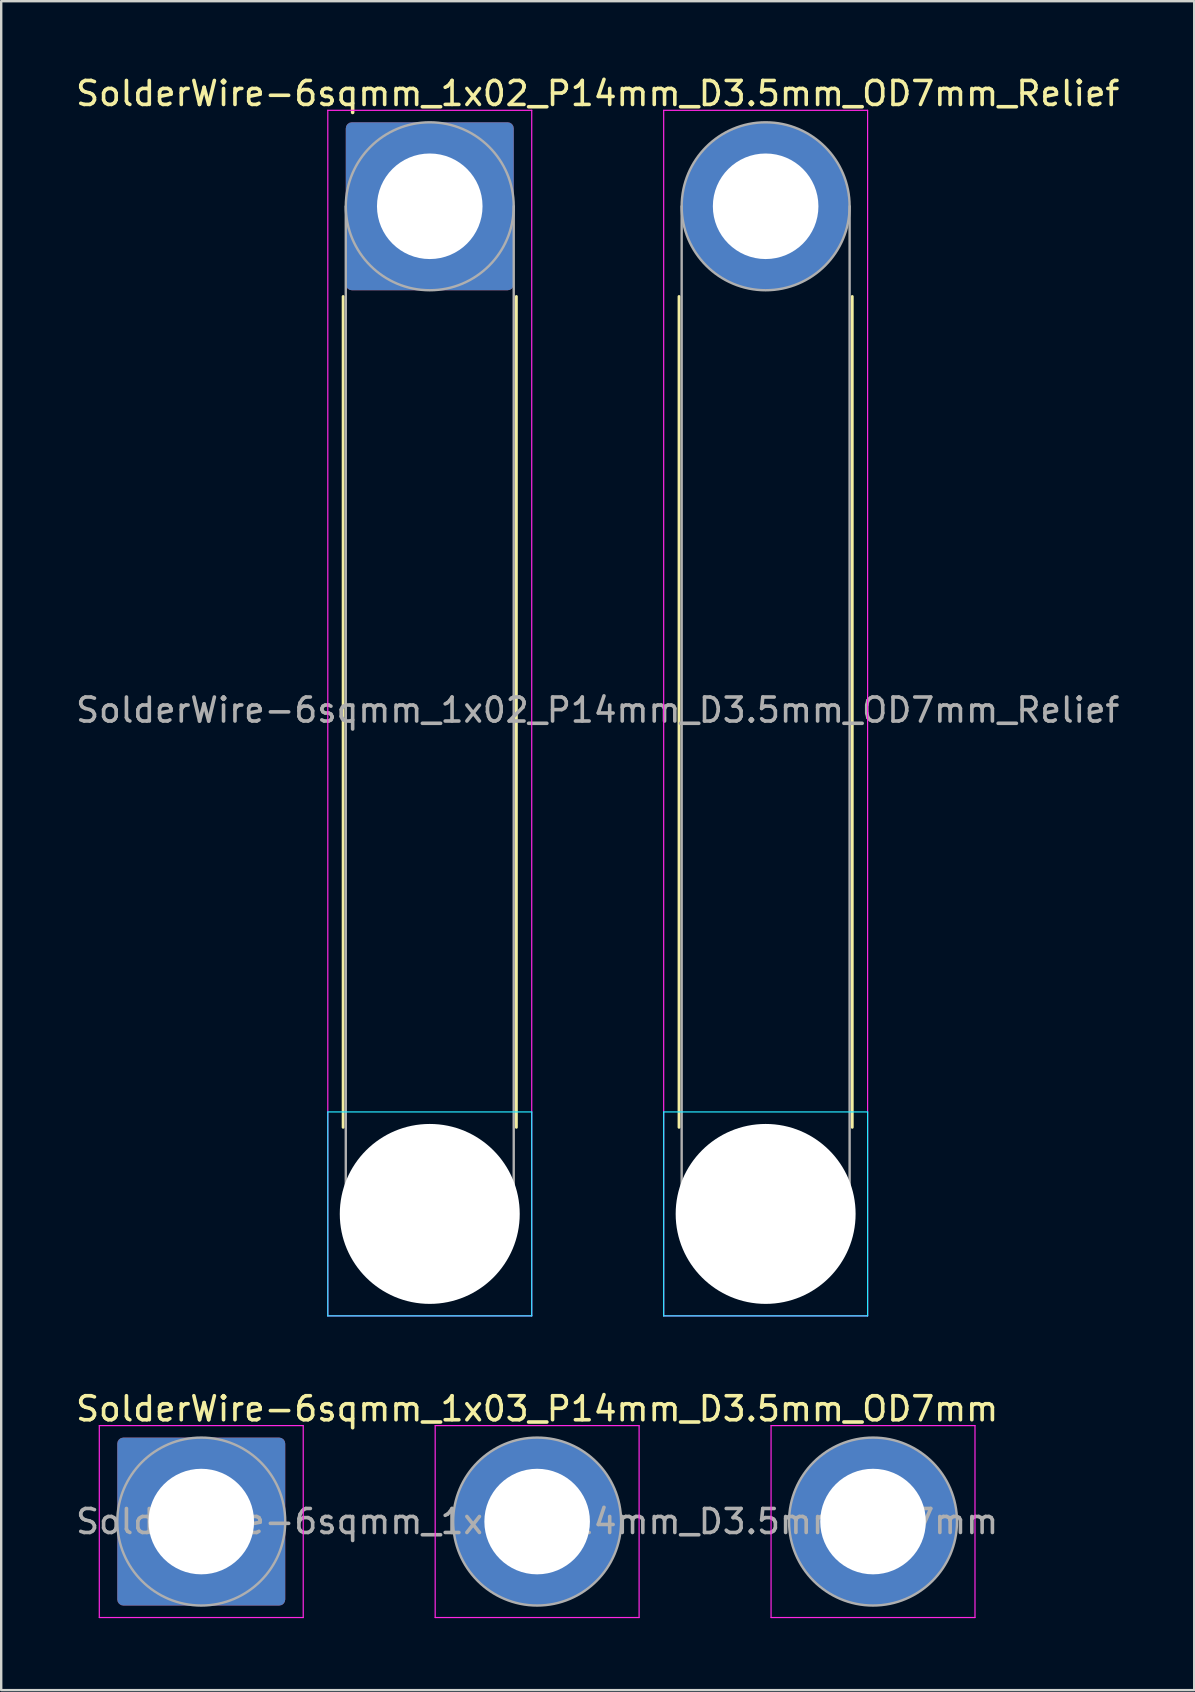
<source format=kicad_pcb>
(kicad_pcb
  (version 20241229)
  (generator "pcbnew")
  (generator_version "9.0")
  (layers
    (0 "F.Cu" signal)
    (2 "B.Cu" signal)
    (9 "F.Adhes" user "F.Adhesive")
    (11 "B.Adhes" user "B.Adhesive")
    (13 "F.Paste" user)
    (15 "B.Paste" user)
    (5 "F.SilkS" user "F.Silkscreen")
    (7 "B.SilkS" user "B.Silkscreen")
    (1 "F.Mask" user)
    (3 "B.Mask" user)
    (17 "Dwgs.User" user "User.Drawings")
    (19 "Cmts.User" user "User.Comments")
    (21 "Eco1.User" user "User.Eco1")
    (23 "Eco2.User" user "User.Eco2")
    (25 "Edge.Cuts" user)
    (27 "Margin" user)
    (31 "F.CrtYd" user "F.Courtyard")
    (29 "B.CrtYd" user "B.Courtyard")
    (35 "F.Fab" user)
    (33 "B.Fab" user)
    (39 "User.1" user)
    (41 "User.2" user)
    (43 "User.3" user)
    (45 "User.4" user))
  (footprint "SolderWire-6sqmm_1x02_P14mm_D3.5mm_OD7mm_Relief"
    (layer "F.Cu")
    (at 14.863 5.548)
    (property "Reference" "SolderWire-6sqmm_1x02_P14mm_D3.5mm_OD7mm_Relief" (at 7 -4.7 0) (layer "F.SilkS") (effects (font (size 1 1) (thickness 0.15))))
    (attr exclude_from_pos_files exclude_from_bom)
    (fp_line (start -3.61 3.76) (end -3.61 38.39) (stroke (width 0.12) (type solid)) (layer "F.SilkS"))
    (fp_line (start 3.61 3.76) (end 3.61 38.39) (stroke (width 0.12) (type solid)) (layer "F.SilkS"))
    (fp_line (start 10.39 3.76) (end 10.39 38.39) (stroke (width 0.12) (type solid)) (layer "F.SilkS"))
    (fp_line (start 17.61 3.76) (end 17.61 38.39) (stroke (width 0.12) (type solid)) (layer "F.SilkS"))
    (fp_line (start -4.25 37.75) (end -4.25 46.25) (stroke (width 0.05) (type solid)) (layer "B.CrtYd"))
    (fp_line (start -4.25 46.25) (end 4.25 46.25) (stroke (width 0.05) (type solid)) (layer "B.CrtYd"))
    (fp_line (start 4.25 37.75) (end -4.25 37.75) (stroke (width 0.05) (type solid)) (layer "B.CrtYd"))
    (fp_line (start 4.25 46.25) (end 4.25 37.75) (stroke (width 0.05) (type solid)) (layer "B.CrtYd"))
    (fp_line (start 9.75 37.75) (end 9.75 46.25) (stroke (width 0.05) (type solid)) (layer "B.CrtYd"))
    (fp_line (start 9.75 46.25) (end 18.25 46.25) (stroke (width 0.05) (type solid)) (layer "B.CrtYd"))
    (fp_line (start 18.25 37.75) (end 9.75 37.75) (stroke (width 0.05) (type solid)) (layer "B.CrtYd"))
    (fp_line (start 18.25 46.25) (end 18.25 37.75) (stroke (width 0.05) (type solid)) (layer "B.CrtYd"))
    (fp_line (start -4.25 -4) (end -4.25 46.25) (stroke (width 0.05) (type solid)) (layer "F.CrtYd"))
    (fp_line (start -4.25 46.25) (end 4.25 46.25) (stroke (width 0.05) (type solid)) (layer "F.CrtYd"))
    (fp_line (start 4.25 -4) (end -4.25 -4) (stroke (width 0.05) (type solid)) (layer "F.CrtYd"))
    (fp_line (start 4.25 46.25) (end 4.25 -4) (stroke (width 0.05) (type solid)) (layer "F.CrtYd"))
    (fp_line (start 9.75 -4) (end 9.75 46.25) (stroke (width 0.05) (type solid)) (layer "F.CrtYd"))
    (fp_line (start 9.75 46.25) (end 18.25 46.25) (stroke (width 0.05) (type solid)) (layer "F.CrtYd"))
    (fp_line (start 18.25 -4) (end 9.75 -4) (stroke (width 0.05) (type solid)) (layer "F.CrtYd"))
    (fp_line (start 18.25 46.25) (end 18.25 -4) (stroke (width 0.05) (type solid)) (layer "F.CrtYd"))
    (fp_line (start -3.5 0) (end -3.5 42) (stroke (width 0.1) (type solid)) (layer "F.Fab"))
    (fp_line (start 3.5 0) (end 3.5 42) (stroke (width 0.1) (type solid)) (layer "F.Fab"))
    (fp_line (start 10.5 0) (end 10.5 42) (stroke (width 0.1) (type solid)) (layer "F.Fab"))
    (fp_line (start 17.5 0) (end 17.5 42) (stroke (width 0.1) (type solid)) (layer "F.Fab"))
    (fp_circle (center 0 0) (end 3.5 0) (stroke (width 0.1) (type solid)) (fill no) (layer "F.Fab"))
    (fp_circle (center 0 42) (end 3.5 42) (stroke (width 0.1) (type solid)) (fill no) (layer "F.Fab"))
    (fp_circle (center 14 0) (end 17.5 0) (stroke (width 0.1) (type solid)) (fill no) (layer "F.Fab"))
    (fp_circle (center 14 42) (end 17.5 42) (stroke (width 0.1) (type solid)) (fill no) (layer "F.Fab"))
    (fp_text user "${REFERENCE}" (at 7 21 0) (layer "F.Fab") (effects (font (size 1 1) (thickness 0.15))))
    (pad "" np_thru_hole circle (at 0 42) (size 7.5 7.5) (drill 7.5) (layers "*.Cu" "*.Mask"))
    (pad "" np_thru_hole circle (at 14 42) (size 7.5 7.5) (drill 7.5) (layers "*.Cu" "*.Mask"))
    (pad "1" thru_hole roundrect (at 0 0) (size 7 7) (drill 4.4) (layers "*.Cu" "*.Mask") (roundrect_rratio 0.036))
    (pad "2" thru_hole circle (at 14 0) (size 7 7) (drill 4.4) (layers "*.Cu" "*.Mask")))
  (footprint "SolderWire-6sqmm_1x03_P14mm_D3.5mm_OD7mm"
    (layer "F.Cu")
    (at 5.339 60.371)
    (property "Reference" "SolderWire-6sqmm_1x03_P14mm_D3.5mm_OD7mm" (at 14 -4.7 0) (layer "F.SilkS") (effects (font (size 1 1) (thickness 0.15))))
    (attr exclude_from_pos_files exclude_from_bom)
    (fp_line (start -4.25 -4) (end -4.25 4) (stroke (width 0.05) (type solid)) (layer "F.CrtYd"))
    (fp_line (start -4.25 4) (end 4.25 4) (stroke (width 0.05) (type solid)) (layer "F.CrtYd"))
    (fp_line (start 4.25 -4) (end -4.25 -4) (stroke (width 0.05) (type solid)) (layer "F.CrtYd"))
    (fp_line (start 4.25 4) (end 4.25 -4) (stroke (width 0.05) (type solid)) (layer "F.CrtYd"))
    (fp_line (start 9.75 -4) (end 9.75 4) (stroke (width 0.05) (type solid)) (layer "F.CrtYd"))
    (fp_line (start 9.75 4) (end 18.25 4) (stroke (width 0.05) (type solid)) (layer "F.CrtYd"))
    (fp_line (start 18.25 -4) (end 9.75 -4) (stroke (width 0.05) (type solid)) (layer "F.CrtYd"))
    (fp_line (start 18.25 4) (end 18.25 -4) (stroke (width 0.05) (type solid)) (layer "F.CrtYd"))
    (fp_line (start 23.75 -4) (end 23.75 4) (stroke (width 0.05) (type solid)) (layer "F.CrtYd"))
    (fp_line (start 23.75 4) (end 32.25 4) (stroke (width 0.05) (type solid)) (layer "F.CrtYd"))
    (fp_line (start 32.25 -4) (end 23.75 -4) (stroke (width 0.05) (type solid)) (layer "F.CrtYd"))
    (fp_line (start 32.25 4) (end 32.25 -4) (stroke (width 0.05) (type solid)) (layer "F.CrtYd"))
    (fp_circle (center 0 0) (end 3.5 0) (stroke (width 0.1) (type solid)) (fill no) (layer "F.Fab"))
    (fp_circle (center 14 0) (end 17.5 0) (stroke (width 0.1) (type solid)) (fill no) (layer "F.Fab"))
    (fp_circle (center 28 0) (end 31.5 0) (stroke (width 0.1) (type solid)) (fill no) (layer "F.Fab"))
    (fp_text user "${REFERENCE}" (at 14 0 0) (layer "F.Fab") (effects (font (size 1 1) (thickness 0.15))))
    (pad "1" thru_hole roundrect (at 0 0) (size 7 7) (drill 4.4) (layers "*.Cu" "*.Mask") (roundrect_rratio 0.036))
    (pad "2" thru_hole circle (at 14 0) (size 7 7) (drill 4.4) (layers "*.Cu" "*.Mask"))
    (pad "3" thru_hole circle (at 28 0) (size 7 7) (drill 4.4) (layers "*.Cu" "*.Mask")))
  (gr_rect
    (start -3 -3)
    (end 46.726 67.397)
    (stroke (width 0.1) (type default))
    (fill no)
    (layer "Edge.Cuts")))
</source>
